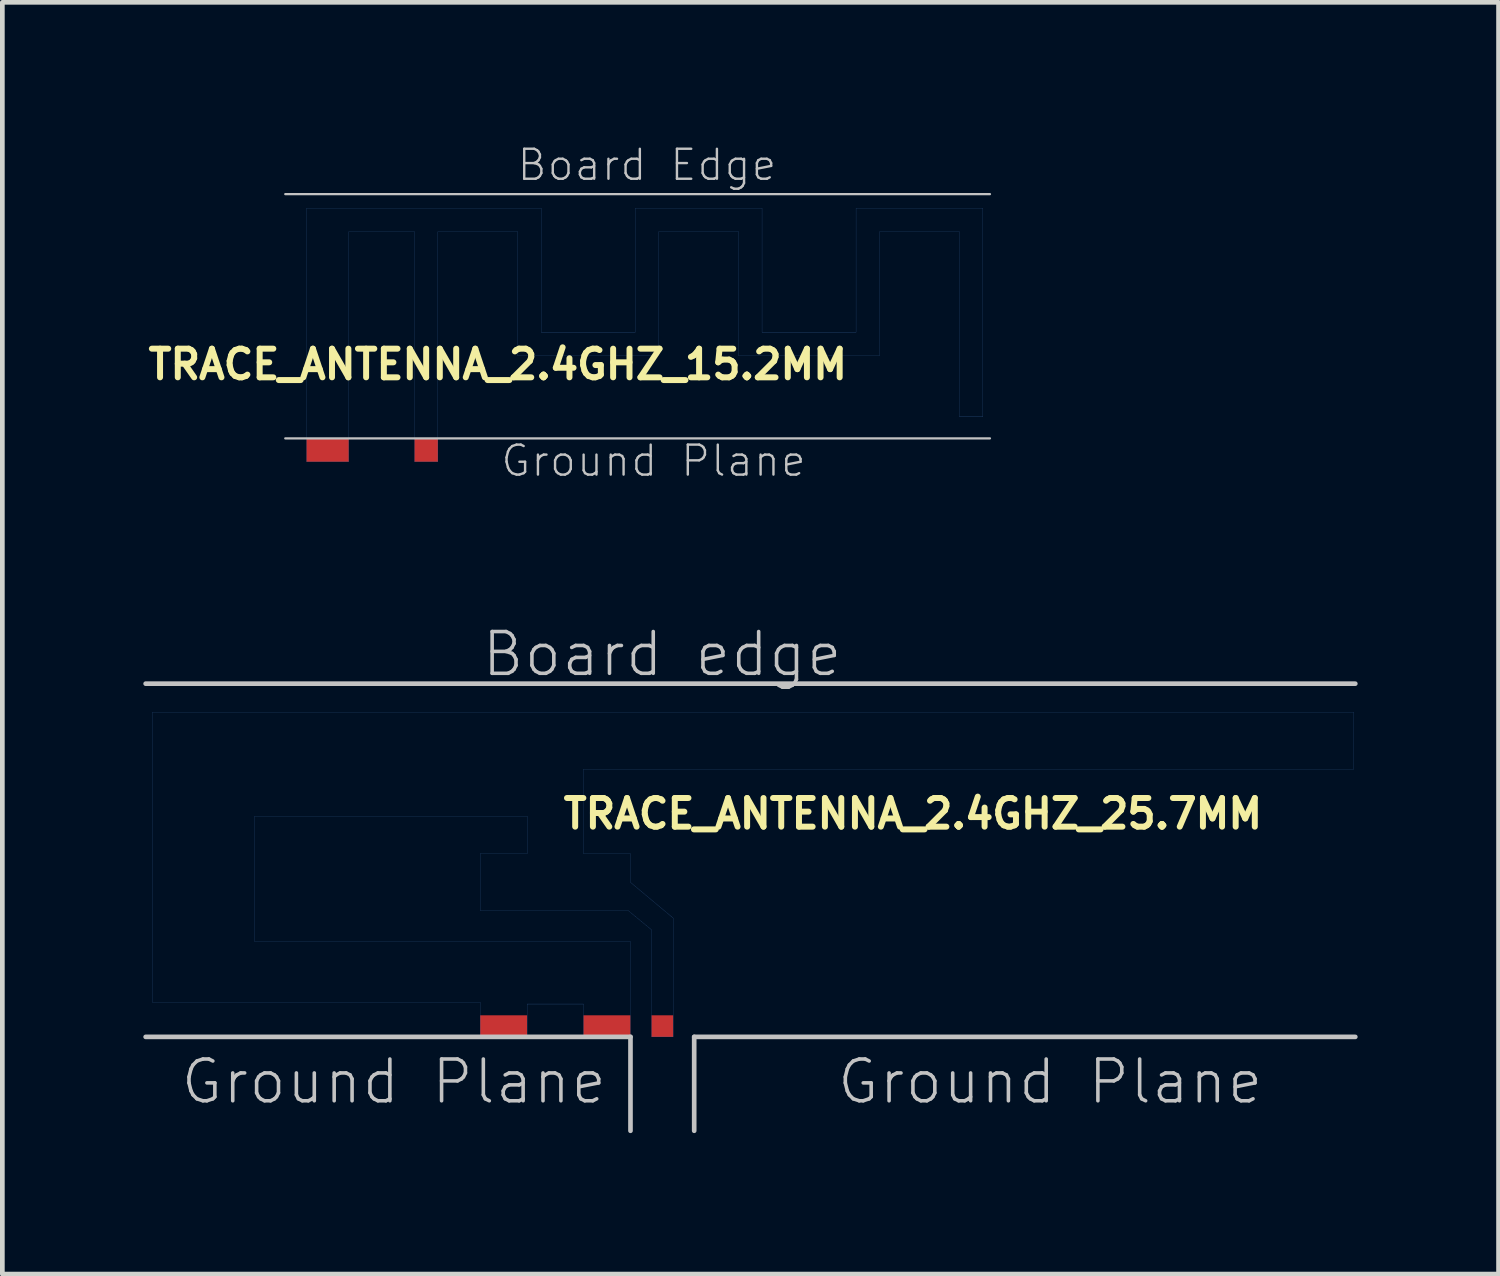
<source format=kicad_pcb>
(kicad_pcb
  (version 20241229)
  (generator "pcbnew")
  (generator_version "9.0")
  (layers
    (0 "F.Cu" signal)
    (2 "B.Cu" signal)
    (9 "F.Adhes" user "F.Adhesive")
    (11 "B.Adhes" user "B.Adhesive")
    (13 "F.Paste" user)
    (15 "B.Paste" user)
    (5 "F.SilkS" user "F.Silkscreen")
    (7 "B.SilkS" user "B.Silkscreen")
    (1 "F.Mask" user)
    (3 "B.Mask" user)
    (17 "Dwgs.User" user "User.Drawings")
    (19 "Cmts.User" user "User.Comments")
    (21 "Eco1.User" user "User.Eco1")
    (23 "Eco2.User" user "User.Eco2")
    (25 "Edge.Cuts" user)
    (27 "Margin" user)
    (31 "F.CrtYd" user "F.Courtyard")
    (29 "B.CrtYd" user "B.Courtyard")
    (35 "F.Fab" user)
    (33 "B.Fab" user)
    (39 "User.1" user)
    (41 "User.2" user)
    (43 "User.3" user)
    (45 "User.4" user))
  (footprint "TRACE_ANTENNA_2.4GHZ_15.2MM"
    (layer "F.Cu")
    (at 6.022 6.281)
    (property "Reference" "TRACE_ANTENNA_2.4GHZ_15.2MM" (at 1.524 -1.575 0) (layer "F.SilkS") (effects (font (size 0.61 0.61) (thickness 0.127))))
    (attr smd)
    (fp_line (start -2.548 -4.9) (end 2.449 -4.9) (stroke (width 0.003) (type solid)) (layer "B.Cu"))
    (fp_line (start -2.548 0.498) (end -2.548 -4.9) (stroke (width 0.003) (type solid)) (layer "B.Cu"))
    (fp_line (start -1.648 -4.399) (end -1.648 0.498) (stroke (width 0.003) (type solid)) (layer "B.Cu"))
    (fp_line (start -1.648 0.498) (end -2.548 0.498) (stroke (width 0.003) (type solid)) (layer "B.Cu"))
    (fp_line (start -0.249 -4.399) (end -1.648 -4.399) (stroke (width 0.003) (type solid)) (layer "B.Cu"))
    (fp_line (start -0.249 0.498) (end -0.249 -4.399) (stroke (width 0.003) (type solid)) (layer "B.Cu"))
    (fp_line (start 0.249 -4.399) (end 0.249 0.498) (stroke (width 0.003) (type solid)) (layer "B.Cu"))
    (fp_line (start 0.249 0.498) (end -0.249 0.498) (stroke (width 0.003) (type solid)) (layer "B.Cu"))
    (fp_line (start 1.948 -4.399) (end 0.249 -4.399) (stroke (width 0.003) (type solid)) (layer "B.Cu"))
    (fp_line (start 1.948 -1.758) (end 1.948 -4.399) (stroke (width 0.003) (type solid)) (layer "B.Cu"))
    (fp_line (start 2.449 -4.9) (end 2.449 -2.258) (stroke (width 0.003) (type solid)) (layer "B.Cu"))
    (fp_line (start 2.449 -2.258) (end 4.448 -2.258) (stroke (width 0.003) (type solid)) (layer "B.Cu"))
    (fp_line (start 4.448 -4.9) (end 7.148 -4.9) (stroke (width 0.003) (type solid)) (layer "B.Cu"))
    (fp_line (start 4.448 -2.258) (end 4.448 -4.9) (stroke (width 0.003) (type solid)) (layer "B.Cu"))
    (fp_line (start 4.948 -4.399) (end 4.948 -1.758) (stroke (width 0.003) (type solid)) (layer "B.Cu"))
    (fp_line (start 4.948 -1.758) (end 1.948 -1.758) (stroke (width 0.003) (type solid)) (layer "B.Cu"))
    (fp_line (start 6.65 -4.399) (end 4.948 -4.399) (stroke (width 0.003) (type solid)) (layer "B.Cu"))
    (fp_line (start 6.65 -1.758) (end 6.65 -4.399) (stroke (width 0.003) (type solid)) (layer "B.Cu"))
    (fp_line (start 7.148 -4.9) (end 7.148 -2.258) (stroke (width 0.003) (type solid)) (layer "B.Cu"))
    (fp_line (start 7.148 -2.258) (end 9.149 -2.258) (stroke (width 0.003) (type solid)) (layer "B.Cu"))
    (fp_line (start 9.149 -4.9) (end 11.849 -4.9) (stroke (width 0.003) (type solid)) (layer "B.Cu"))
    (fp_line (start 9.149 -2.258) (end 9.149 -4.9) (stroke (width 0.003) (type solid)) (layer "B.Cu"))
    (fp_line (start 9.649 -4.399) (end 9.649 -1.758) (stroke (width 0.003) (type solid)) (layer "B.Cu"))
    (fp_line (start 9.649 -1.758) (end 6.65 -1.758) (stroke (width 0.003) (type solid)) (layer "B.Cu"))
    (fp_line (start 11.349 -4.399) (end 9.649 -4.399) (stroke (width 0.003) (type solid)) (layer "B.Cu"))
    (fp_line (start 11.349 -0.46) (end 11.349 -4.399) (stroke (width 0.003) (type solid)) (layer "B.Cu"))
    (fp_line (start 11.849 -4.9) (end 11.849 -0.46) (stroke (width 0.003) (type solid)) (layer "B.Cu"))
    (fp_line (start 11.849 -0.46) (end 11.349 -0.46) (stroke (width 0.003) (type solid)) (layer "B.Cu"))
    (fp_line (start -3 -5.199) (end 11.999 -5.199) (stroke (width 0.048) (type solid)) (layer "Dwgs.User"))
    (fp_line (start -3 0) (end 11.999 0) (stroke (width 0.048) (type solid)) (layer "Dwgs.User"))
    (fp_text user "Ground Plane" (at 4.839 0.478 0) (layer "Dwgs.User") (effects (font (size 0.638 0.638) (thickness 0.051))))
    (fp_text user "Board Edge" (at 4.699 -5.819 0) (layer "Dwgs.User") (effects (font (size 0.638 0.638) (thickness 0.051))))
    (pad "ANT" smd rect (at 0 0.249) (size 0.498 0.498) (layers "F.Cu" "F.Mask" "F.Paste"))
    (pad "GND" smd rect (at -2.098 0.249) (size 0.899 0.498) (layers "F.Cu" "F.Mask" "F.Paste")))
  (footprint "TRACE_ANTENNA_2.4GHZ_25.7MM"
    (layer "F.Cu")
    (at 11.048 19.02)
    (property "Reference" "TRACE_ANTENNA_2.4GHZ_25.7MM" (at 5.334 -4.75 0) (layer "F.SilkS") (effects (font (size 0.61 0.61) (thickness 0.127))))
    (attr smd)
    (fp_line (start -10.858 -6.909) (end 14.719 -6.909) (stroke (width 0.003) (type solid)) (layer "B.Cu"))
    (fp_line (start -10.858 -0.739) (end -10.858 -6.909) (stroke (width 0.003) (type solid)) (layer "B.Cu"))
    (fp_line (start -8.679 -4.699) (end -8.679 -2.029) (stroke (width 0.003) (type solid)) (layer "B.Cu"))
    (fp_line (start -8.679 -2.029) (end -0.678 -2.029) (stroke (width 0.003) (type solid)) (layer "B.Cu"))
    (fp_line (start -3.879 -3.899) (end -2.878 -3.899) (stroke (width 0.003) (type solid)) (layer "B.Cu"))
    (fp_line (start -3.879 -2.69) (end -3.879 -3.899) (stroke (width 0.003) (type solid)) (layer "B.Cu"))
    (fp_line (start -3.879 -0.739) (end -10.858 -0.739) (stroke (width 0.003) (type solid)) (layer "B.Cu"))
    (fp_line (start -3.879 0) (end -3.879 -0.739) (stroke (width 0.003) (type solid)) (layer "B.Cu"))
    (fp_line (start -2.878 -4.699) (end -8.679 -4.699) (stroke (width 0.003) (type solid)) (layer "B.Cu"))
    (fp_line (start -2.878 -3.899) (end -2.878 -4.699) (stroke (width 0.003) (type solid)) (layer "B.Cu"))
    (fp_line (start -2.878 -0.699) (end -2.878 0) (stroke (width 0.003) (type solid)) (layer "B.Cu"))
    (fp_line (start -2.878 0) (end -3.879 0) (stroke (width 0.003) (type solid)) (layer "B.Cu"))
    (fp_line (start -1.679 -5.7) (end -1.679 -3.899) (stroke (width 0.003) (type solid)) (layer "B.Cu"))
    (fp_line (start -1.679 -3.899) (end -0.678 -3.899) (stroke (width 0.003) (type solid)) (layer "B.Cu"))
    (fp_line (start -1.679 -0.699) (end -2.878 -0.699) (stroke (width 0.003) (type solid)) (layer "B.Cu"))
    (fp_line (start -1.679 0) (end -1.679 -0.699) (stroke (width 0.003) (type solid)) (layer "B.Cu"))
    (fp_line (start -0.729 -2.69) (end -3.879 -2.69) (stroke (width 0.003) (type solid)) (layer "B.Cu"))
    (fp_line (start -0.678 -3.899) (end -0.678 -3.289) (stroke (width 0.003) (type solid)) (layer "B.Cu"))
    (fp_line (start -0.678 -3.289) (end 0.229 -2.53) (stroke (width 0.003) (type solid)) (layer "B.Cu"))
    (fp_line (start -0.678 -2.029) (end -0.678 0) (stroke (width 0.003) (type solid)) (layer "B.Cu"))
    (fp_line (start -0.678 0) (end -1.679 0) (stroke (width 0.003) (type solid)) (layer "B.Cu"))
    (fp_line (start -0.229 -2.278) (end -0.729 -2.69) (stroke (width 0.003) (type solid)) (layer "B.Cu"))
    (fp_line (start -0.229 0) (end -0.229 -2.278) (stroke (width 0.003) (type solid)) (layer "B.Cu"))
    (fp_line (start 0.229 -2.53) (end 0.229 0) (stroke (width 0.003) (type solid)) (layer "B.Cu"))
    (fp_line (start 0.229 0) (end -0.229 0) (stroke (width 0.003) (type solid)) (layer "B.Cu"))
    (fp_line (start 14.719 -6.909) (end 14.719 -5.7) (stroke (width 0.003) (type solid)) (layer "B.Cu"))
    (fp_line (start 14.719 -5.7) (end -1.679 -5.7) (stroke (width 0.003) (type solid)) (layer "B.Cu"))
    (fp_line (start -10.998 -7.518) (end 14.75 -7.518) (stroke (width 0.099) (type solid)) (layer "Dwgs.User"))
    (fp_line (start -0.678 0) (end -10.998 0) (stroke (width 0.099) (type solid)) (layer "Dwgs.User"))
    (fp_line (start -0.678 1.999) (end -0.678 0) (stroke (width 0.099) (type solid)) (layer "Dwgs.User"))
    (fp_line (start 0.678 0) (end 0.678 1.999) (stroke (width 0.099) (type solid)) (layer "Dwgs.User"))
    (fp_line (start 0.678 0) (end 14.75 0) (stroke (width 0.099) (type solid)) (layer "Dwgs.User"))
    (fp_text user "Board edge" (at -0.003 -8.146 0) (layer "Dwgs.User") (effects (font (size 0.889 0.889) (thickness 0.076))))
    (fp_text user "Ground Plane" (at -5.715 0.953 0) (layer "Dwgs.User") (effects (font (size 0.889 0.889) (thickness 0.076))))
    (fp_text user "Ground Plane" (at 8.255 0.953 0) (layer "Dwgs.User") (effects (font (size 0.889 0.889) (thickness 0.076))))
    (pad "ANT" smd rect (at 0 -0.229) (size 0.46 0.46) (layers "F.Cu" "F.Mask" "F.Paste"))
    (pad "GND" smd rect (at -1.179 -0.229) (size 0.998 0.46) (layers "F.Cu" "F.Mask" "F.Paste"))
    (pad "GND2" smd rect (at -3.378 -0.229) (size 0.998 0.46) (layers "F.Cu" "F.Mask" "F.Paste")))
  (gr_rect
    (start -3 -3)
    (end 28.847 24.069)
    (stroke (width 0.1) (type default))
    (fill no)
    (layer "Edge.Cuts")))
</source>
